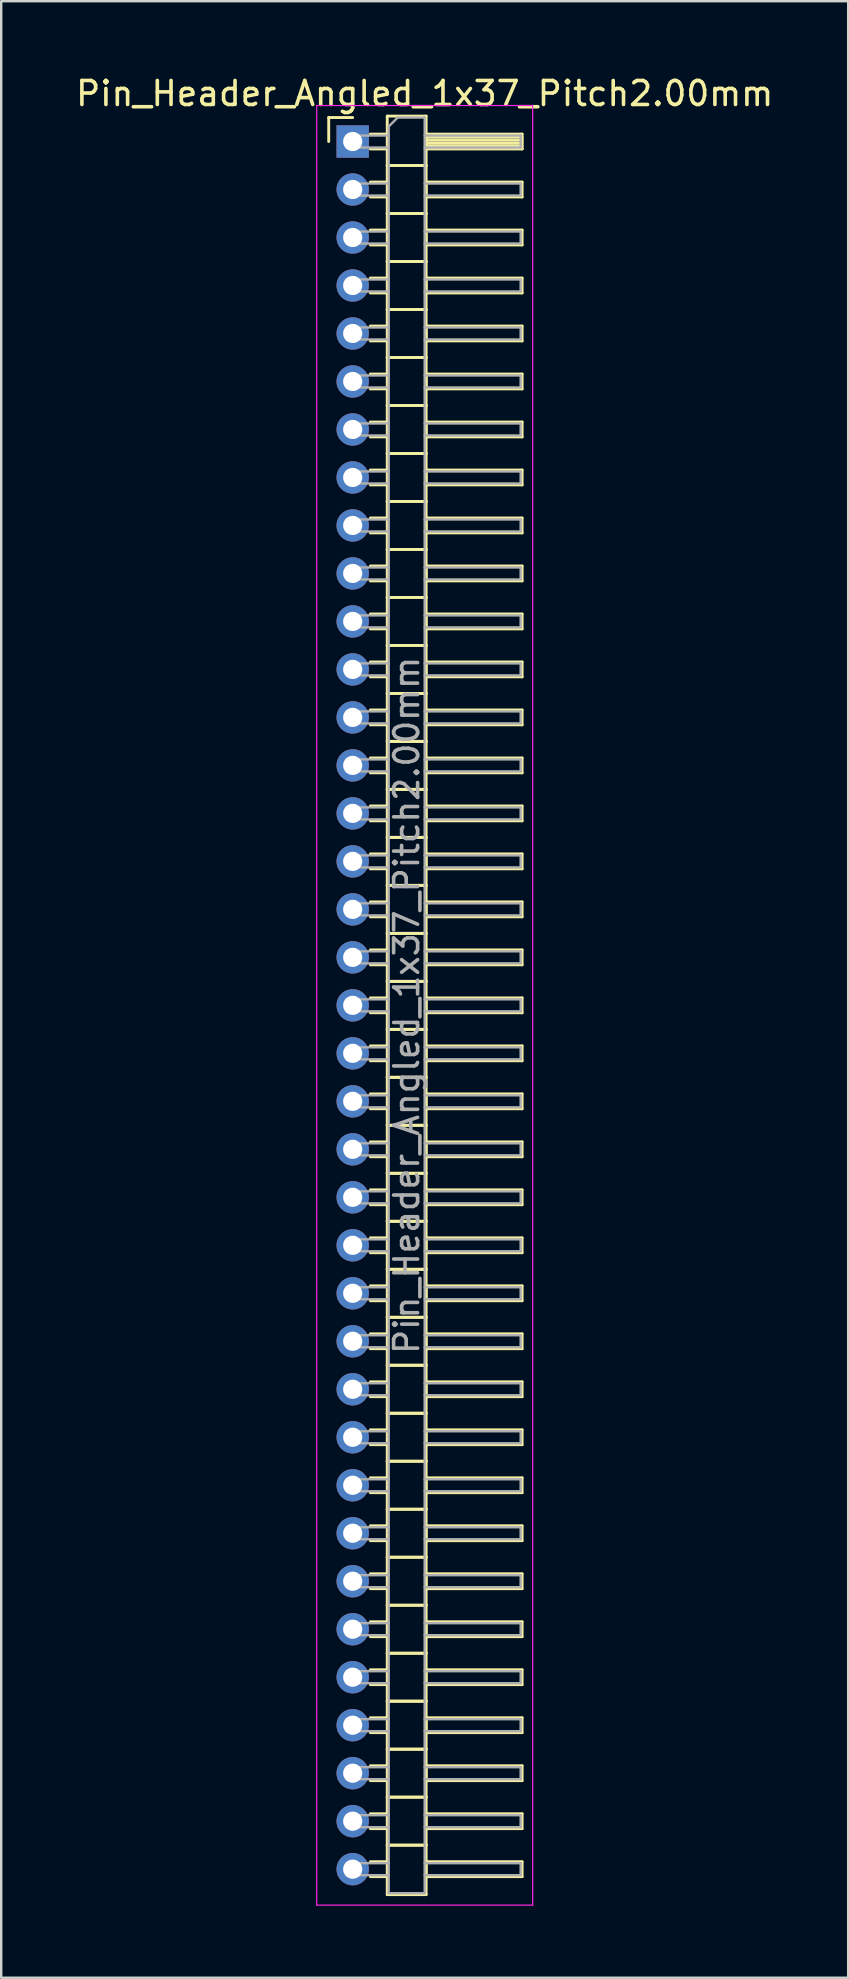
<source format=kicad_pcb>
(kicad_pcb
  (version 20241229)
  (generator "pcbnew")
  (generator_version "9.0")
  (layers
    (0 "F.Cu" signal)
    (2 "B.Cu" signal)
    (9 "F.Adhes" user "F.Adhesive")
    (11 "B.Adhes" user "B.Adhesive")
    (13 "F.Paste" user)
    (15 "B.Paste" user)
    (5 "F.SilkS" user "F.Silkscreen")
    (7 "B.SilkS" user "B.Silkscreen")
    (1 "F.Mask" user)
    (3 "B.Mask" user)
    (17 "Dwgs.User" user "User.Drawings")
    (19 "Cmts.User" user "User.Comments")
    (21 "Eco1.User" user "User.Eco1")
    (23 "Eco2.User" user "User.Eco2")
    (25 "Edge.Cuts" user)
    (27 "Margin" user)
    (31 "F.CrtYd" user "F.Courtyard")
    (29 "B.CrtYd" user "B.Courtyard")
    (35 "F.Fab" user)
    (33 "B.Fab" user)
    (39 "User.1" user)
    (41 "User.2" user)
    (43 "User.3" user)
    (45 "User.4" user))
  (footprint "Pin_Header_Angled_1x37_Pitch2.00mm"
    (layer "F.Cu")
    (at 11.649 2.848)
    (property "Reference" "Pin_Header_Angled_1x37_Pitch2.00mm" (at 3 -2 0) (layer "F.SilkS") (effects (font (size 1 1) (thickness 0.15))))
    (attr through_hole)
    (fp_line (start -1 -1) (end 0 -1) (stroke (width 0.12) (type solid)) (layer "F.SilkS"))
    (fp_line (start -1 0) (end -1 -1) (stroke (width 0.12) (type solid)) (layer "F.SilkS"))
    (fp_line (start 0.735 -0.31) (end 1.44 -0.31) (stroke (width 0.12) (type solid)) (layer "F.SilkS"))
    (fp_line (start 0.735 0.31) (end 1.44 0.31) (stroke (width 0.12) (type solid)) (layer "F.SilkS"))
    (fp_line (start 0.735 1.69) (end 1.44 1.69) (stroke (width 0.12) (type solid)) (layer "F.SilkS"))
    (fp_line (start 0.735 2.31) (end 1.44 2.31) (stroke (width 0.12) (type solid)) (layer "F.SilkS"))
    (fp_line (start 0.735 3.69) (end 1.44 3.69) (stroke (width 0.12) (type solid)) (layer "F.SilkS"))
    (fp_line (start 0.735 4.31) (end 1.44 4.31) (stroke (width 0.12) (type solid)) (layer "F.SilkS"))
    (fp_line (start 0.735 5.69) (end 1.44 5.69) (stroke (width 0.12) (type solid)) (layer "F.SilkS"))
    (fp_line (start 0.735 6.31) (end 1.44 6.31) (stroke (width 0.12) (type solid)) (layer "F.SilkS"))
    (fp_line (start 0.735 7.69) (end 1.44 7.69) (stroke (width 0.12) (type solid)) (layer "F.SilkS"))
    (fp_line (start 0.735 8.31) (end 1.44 8.31) (stroke (width 0.12) (type solid)) (layer "F.SilkS"))
    (fp_line (start 0.735 9.69) (end 1.44 9.69) (stroke (width 0.12) (type solid)) (layer "F.SilkS"))
    (fp_line (start 0.735 10.31) (end 1.44 10.31) (stroke (width 0.12) (type solid)) (layer "F.SilkS"))
    (fp_line (start 0.735 11.69) (end 1.44 11.69) (stroke (width 0.12) (type solid)) (layer "F.SilkS"))
    (fp_line (start 0.735 12.31) (end 1.44 12.31) (stroke (width 0.12) (type solid)) (layer "F.SilkS"))
    (fp_line (start 0.735 13.69) (end 1.44 13.69) (stroke (width 0.12) (type solid)) (layer "F.SilkS"))
    (fp_line (start 0.735 14.31) (end 1.44 14.31) (stroke (width 0.12) (type solid)) (layer "F.SilkS"))
    (fp_line (start 0.735 15.69) (end 1.44 15.69) (stroke (width 0.12) (type solid)) (layer "F.SilkS"))
    (fp_line (start 0.735 16.31) (end 1.44 16.31) (stroke (width 0.12) (type solid)) (layer "F.SilkS"))
    (fp_line (start 0.735 17.69) (end 1.44 17.69) (stroke (width 0.12) (type solid)) (layer "F.SilkS"))
    (fp_line (start 0.735 18.31) (end 1.44 18.31) (stroke (width 0.12) (type solid)) (layer "F.SilkS"))
    (fp_line (start 0.735 19.69) (end 1.44 19.69) (stroke (width 0.12) (type solid)) (layer "F.SilkS"))
    (fp_line (start 0.735 20.31) (end 1.44 20.31) (stroke (width 0.12) (type solid)) (layer "F.SilkS"))
    (fp_line (start 0.735 21.69) (end 1.44 21.69) (stroke (width 0.12) (type solid)) (layer "F.SilkS"))
    (fp_line (start 0.735 22.31) (end 1.44 22.31) (stroke (width 0.12) (type solid)) (layer "F.SilkS"))
    (fp_line (start 0.735 23.69) (end 1.44 23.69) (stroke (width 0.12) (type solid)) (layer "F.SilkS"))
    (fp_line (start 0.735 24.31) (end 1.44 24.31) (stroke (width 0.12) (type solid)) (layer "F.SilkS"))
    (fp_line (start 0.735 25.69) (end 1.44 25.69) (stroke (width 0.12) (type solid)) (layer "F.SilkS"))
    (fp_line (start 0.735 26.31) (end 1.44 26.31) (stroke (width 0.12) (type solid)) (layer "F.SilkS"))
    (fp_line (start 0.735 27.69) (end 1.44 27.69) (stroke (width 0.12) (type solid)) (layer "F.SilkS"))
    (fp_line (start 0.735 28.31) (end 1.44 28.31) (stroke (width 0.12) (type solid)) (layer "F.SilkS"))
    (fp_line (start 0.735 29.69) (end 1.44 29.69) (stroke (width 0.12) (type solid)) (layer "F.SilkS"))
    (fp_line (start 0.735 30.31) (end 1.44 30.31) (stroke (width 0.12) (type solid)) (layer "F.SilkS"))
    (fp_line (start 0.735 31.69) (end 1.44 31.69) (stroke (width 0.12) (type solid)) (layer "F.SilkS"))
    (fp_line (start 0.735 32.31) (end 1.44 32.31) (stroke (width 0.12) (type solid)) (layer "F.SilkS"))
    (fp_line (start 0.735 33.69) (end 1.44 33.69) (stroke (width 0.12) (type solid)) (layer "F.SilkS"))
    (fp_line (start 0.735 34.31) (end 1.44 34.31) (stroke (width 0.12) (type solid)) (layer "F.SilkS"))
    (fp_line (start 0.735 35.69) (end 1.44 35.69) (stroke (width 0.12) (type solid)) (layer "F.SilkS"))
    (fp_line (start 0.735 36.31) (end 1.44 36.31) (stroke (width 0.12) (type solid)) (layer "F.SilkS"))
    (fp_line (start 0.735 37.69) (end 1.44 37.69) (stroke (width 0.12) (type solid)) (layer "F.SilkS"))
    (fp_line (start 0.735 38.31) (end 1.44 38.31) (stroke (width 0.12) (type solid)) (layer "F.SilkS"))
    (fp_line (start 0.735 39.69) (end 1.44 39.69) (stroke (width 0.12) (type solid)) (layer "F.SilkS"))
    (fp_line (start 0.735 40.31) (end 1.44 40.31) (stroke (width 0.12) (type solid)) (layer "F.SilkS"))
    (fp_line (start 0.735 41.69) (end 1.44 41.69) (stroke (width 0.12) (type solid)) (layer "F.SilkS"))
    (fp_line (start 0.735 42.31) (end 1.44 42.31) (stroke (width 0.12) (type solid)) (layer "F.SilkS"))
    (fp_line (start 0.735 43.69) (end 1.44 43.69) (stroke (width 0.12) (type solid)) (layer "F.SilkS"))
    (fp_line (start 0.735 44.31) (end 1.44 44.31) (stroke (width 0.12) (type solid)) (layer "F.SilkS"))
    (fp_line (start 0.735 45.69) (end 1.44 45.69) (stroke (width 0.12) (type solid)) (layer "F.SilkS"))
    (fp_line (start 0.735 46.31) (end 1.44 46.31) (stroke (width 0.12) (type solid)) (layer "F.SilkS"))
    (fp_line (start 0.735 47.69) (end 1.44 47.69) (stroke (width 0.12) (type solid)) (layer "F.SilkS"))
    (fp_line (start 0.735 48.31) (end 1.44 48.31) (stroke (width 0.12) (type solid)) (layer "F.SilkS"))
    (fp_line (start 0.735 49.69) (end 1.44 49.69) (stroke (width 0.12) (type solid)) (layer "F.SilkS"))
    (fp_line (start 0.735 50.31) (end 1.44 50.31) (stroke (width 0.12) (type solid)) (layer "F.SilkS"))
    (fp_line (start 0.735 51.69) (end 1.44 51.69) (stroke (width 0.12) (type solid)) (layer "F.SilkS"))
    (fp_line (start 0.735 52.31) (end 1.44 52.31) (stroke (width 0.12) (type solid)) (layer "F.SilkS"))
    (fp_line (start 0.735 53.69) (end 1.44 53.69) (stroke (width 0.12) (type solid)) (layer "F.SilkS"))
    (fp_line (start 0.735 54.31) (end 1.44 54.31) (stroke (width 0.12) (type solid)) (layer "F.SilkS"))
    (fp_line (start 0.735 55.69) (end 1.44 55.69) (stroke (width 0.12) (type solid)) (layer "F.SilkS"))
    (fp_line (start 0.735 56.31) (end 1.44 56.31) (stroke (width 0.12) (type solid)) (layer "F.SilkS"))
    (fp_line (start 0.735 57.69) (end 1.44 57.69) (stroke (width 0.12) (type solid)) (layer "F.SilkS"))
    (fp_line (start 0.735 58.31) (end 1.44 58.31) (stroke (width 0.12) (type solid)) (layer "F.SilkS"))
    (fp_line (start 0.735 59.69) (end 1.44 59.69) (stroke (width 0.12) (type solid)) (layer "F.SilkS"))
    (fp_line (start 0.735 60.31) (end 1.44 60.31) (stroke (width 0.12) (type solid)) (layer "F.SilkS"))
    (fp_line (start 0.735 61.69) (end 1.44 61.69) (stroke (width 0.12) (type solid)) (layer "F.SilkS"))
    (fp_line (start 0.735 62.31) (end 1.44 62.31) (stroke (width 0.12) (type solid)) (layer "F.SilkS"))
    (fp_line (start 0.735 63.69) (end 1.44 63.69) (stroke (width 0.12) (type solid)) (layer "F.SilkS"))
    (fp_line (start 0.735 64.31) (end 1.44 64.31) (stroke (width 0.12) (type solid)) (layer "F.SilkS"))
    (fp_line (start 0.735 65.69) (end 1.44 65.69) (stroke (width 0.12) (type solid)) (layer "F.SilkS"))
    (fp_line (start 0.735 66.31) (end 1.44 66.31) (stroke (width 0.12) (type solid)) (layer "F.SilkS"))
    (fp_line (start 0.735 67.69) (end 1.44 67.69) (stroke (width 0.12) (type solid)) (layer "F.SilkS"))
    (fp_line (start 0.735 68.31) (end 1.44 68.31) (stroke (width 0.12) (type solid)) (layer "F.SilkS"))
    (fp_line (start 0.735 69.69) (end 1.44 69.69) (stroke (width 0.12) (type solid)) (layer "F.SilkS"))
    (fp_line (start 0.735 70.31) (end 1.44 70.31) (stroke (width 0.12) (type solid)) (layer "F.SilkS"))
    (fp_line (start 0.735 71.69) (end 1.44 71.69) (stroke (width 0.12) (type solid)) (layer "F.SilkS"))
    (fp_line (start 0.735 72.31) (end 1.44 72.31) (stroke (width 0.12) (type solid)) (layer "F.SilkS"))
    (fp_line (start 1.44 -1.06) (end 1.44 1) (stroke (width 0.12) (type solid)) (layer "F.SilkS"))
    (fp_line (start 1.44 1) (end 1.44 3) (stroke (width 0.12) (type solid)) (layer "F.SilkS"))
    (fp_line (start 1.44 1) (end 3.06 1) (stroke (width 0.12) (type solid)) (layer "F.SilkS"))
    (fp_line (start 1.44 3) (end 1.44 5) (stroke (width 0.12) (type solid)) (layer "F.SilkS"))
    (fp_line (start 1.44 3) (end 3.06 3) (stroke (width 0.12) (type solid)) (layer "F.SilkS"))
    (fp_line (start 1.44 5) (end 1.44 7) (stroke (width 0.12) (type solid)) (layer "F.SilkS"))
    (fp_line (start 1.44 5) (end 3.06 5) (stroke (width 0.12) (type solid)) (layer "F.SilkS"))
    (fp_line (start 1.44 7) (end 1.44 9) (stroke (width 0.12) (type solid)) (layer "F.SilkS"))
    (fp_line (start 1.44 7) (end 3.06 7) (stroke (width 0.12) (type solid)) (layer "F.SilkS"))
    (fp_line (start 1.44 9) (end 1.44 11) (stroke (width 0.12) (type solid)) (layer "F.SilkS"))
    (fp_line (start 1.44 9) (end 3.06 9) (stroke (width 0.12) (type solid)) (layer "F.SilkS"))
    (fp_line (start 1.44 11) (end 1.44 13) (stroke (width 0.12) (type solid)) (layer "F.SilkS"))
    (fp_line (start 1.44 11) (end 3.06 11) (stroke (width 0.12) (type solid)) (layer "F.SilkS"))
    (fp_line (start 1.44 13) (end 1.44 15) (stroke (width 0.12) (type solid)) (layer "F.SilkS"))
    (fp_line (start 1.44 13) (end 3.06 13) (stroke (width 0.12) (type solid)) (layer "F.SilkS"))
    (fp_line (start 1.44 15) (end 1.44 17) (stroke (width 0.12) (type solid)) (layer "F.SilkS"))
    (fp_line (start 1.44 15) (end 3.06 15) (stroke (width 0.12) (type solid)) (layer "F.SilkS"))
    (fp_line (start 1.44 17) (end 1.44 19) (stroke (width 0.12) (type solid)) (layer "F.SilkS"))
    (fp_line (start 1.44 17) (end 3.06 17) (stroke (width 0.12) (type solid)) (layer "F.SilkS"))
    (fp_line (start 1.44 19) (end 1.44 21) (stroke (width 0.12) (type solid)) (layer "F.SilkS"))
    (fp_line (start 1.44 19) (end 3.06 19) (stroke (width 0.12) (type solid)) (layer "F.SilkS"))
    (fp_line (start 1.44 21) (end 1.44 23) (stroke (width 0.12) (type solid)) (layer "F.SilkS"))
    (fp_line (start 1.44 21) (end 3.06 21) (stroke (width 0.12) (type solid)) (layer "F.SilkS"))
    (fp_line (start 1.44 23) (end 1.44 25) (stroke (width 0.12) (type solid)) (layer "F.SilkS"))
    (fp_line (start 1.44 23) (end 3.06 23) (stroke (width 0.12) (type solid)) (layer "F.SilkS"))
    (fp_line (start 1.44 25) (end 1.44 27) (stroke (width 0.12) (type solid)) (layer "F.SilkS"))
    (fp_line (start 1.44 25) (end 3.06 25) (stroke (width 0.12) (type solid)) (layer "F.SilkS"))
    (fp_line (start 1.44 27) (end 1.44 29) (stroke (width 0.12) (type solid)) (layer "F.SilkS"))
    (fp_line (start 1.44 27) (end 3.06 27) (stroke (width 0.12) (type solid)) (layer "F.SilkS"))
    (fp_line (start 1.44 29) (end 1.44 31) (stroke (width 0.12) (type solid)) (layer "F.SilkS"))
    (fp_line (start 1.44 29) (end 3.06 29) (stroke (width 0.12) (type solid)) (layer "F.SilkS"))
    (fp_line (start 1.44 31) (end 1.44 33) (stroke (width 0.12) (type solid)) (layer "F.SilkS"))
    (fp_line (start 1.44 31) (end 3.06 31) (stroke (width 0.12) (type solid)) (layer "F.SilkS"))
    (fp_line (start 1.44 33) (end 1.44 35) (stroke (width 0.12) (type solid)) (layer "F.SilkS"))
    (fp_line (start 1.44 33) (end 3.06 33) (stroke (width 0.12) (type solid)) (layer "F.SilkS"))
    (fp_line (start 1.44 35) (end 1.44 37) (stroke (width 0.12) (type solid)) (layer "F.SilkS"))
    (fp_line (start 1.44 35) (end 3.06 35) (stroke (width 0.12) (type solid)) (layer "F.SilkS"))
    (fp_line (start 1.44 37) (end 1.44 39) (stroke (width 0.12) (type solid)) (layer "F.SilkS"))
    (fp_line (start 1.44 37) (end 3.06 37) (stroke (width 0.12) (type solid)) (layer "F.SilkS"))
    (fp_line (start 1.44 39) (end 1.44 41) (stroke (width 0.12) (type solid)) (layer "F.SilkS"))
    (fp_line (start 1.44 39) (end 3.06 39) (stroke (width 0.12) (type solid)) (layer "F.SilkS"))
    (fp_line (start 1.44 41) (end 1.44 43) (stroke (width 0.12) (type solid)) (layer "F.SilkS"))
    (fp_line (start 1.44 41) (end 3.06 41) (stroke (width 0.12) (type solid)) (layer "F.SilkS"))
    (fp_line (start 1.44 43) (end 1.44 45) (stroke (width 0.12) (type solid)) (layer "F.SilkS"))
    (fp_line (start 1.44 43) (end 3.06 43) (stroke (width 0.12) (type solid)) (layer "F.SilkS"))
    (fp_line (start 1.44 45) (end 1.44 47) (stroke (width 0.12) (type solid)) (layer "F.SilkS"))
    (fp_line (start 1.44 45) (end 3.06 45) (stroke (width 0.12) (type solid)) (layer "F.SilkS"))
    (fp_line (start 1.44 47) (end 1.44 49) (stroke (width 0.12) (type solid)) (layer "F.SilkS"))
    (fp_line (start 1.44 47) (end 3.06 47) (stroke (width 0.12) (type solid)) (layer "F.SilkS"))
    (fp_line (start 1.44 49) (end 1.44 51) (stroke (width 0.12) (type solid)) (layer "F.SilkS"))
    (fp_line (start 1.44 49) (end 3.06 49) (stroke (width 0.12) (type solid)) (layer "F.SilkS"))
    (fp_line (start 1.44 51) (end 1.44 53) (stroke (width 0.12) (type solid)) (layer "F.SilkS"))
    (fp_line (start 1.44 51) (end 3.06 51) (stroke (width 0.12) (type solid)) (layer "F.SilkS"))
    (fp_line (start 1.44 53) (end 1.44 55) (stroke (width 0.12) (type solid)) (layer "F.SilkS"))
    (fp_line (start 1.44 53) (end 3.06 53) (stroke (width 0.12) (type solid)) (layer "F.SilkS"))
    (fp_line (start 1.44 55) (end 1.44 57) (stroke (width 0.12) (type solid)) (layer "F.SilkS"))
    (fp_line (start 1.44 55) (end 3.06 55) (stroke (width 0.12) (type solid)) (layer "F.SilkS"))
    (fp_line (start 1.44 57) (end 1.44 59) (stroke (width 0.12) (type solid)) (layer "F.SilkS"))
    (fp_line (start 1.44 57) (end 3.06 57) (stroke (width 0.12) (type solid)) (layer "F.SilkS"))
    (fp_line (start 1.44 59) (end 1.44 61) (stroke (width 0.12) (type solid)) (layer "F.SilkS"))
    (fp_line (start 1.44 59) (end 3.06 59) (stroke (width 0.12) (type solid)) (layer "F.SilkS"))
    (fp_line (start 1.44 61) (end 1.44 63) (stroke (width 0.12) (type solid)) (layer "F.SilkS"))
    (fp_line (start 1.44 61) (end 3.06 61) (stroke (width 0.12) (type solid)) (layer "F.SilkS"))
    (fp_line (start 1.44 63) (end 1.44 65) (stroke (width 0.12) (type solid)) (layer "F.SilkS"))
    (fp_line (start 1.44 63) (end 3.06 63) (stroke (width 0.12) (type solid)) (layer "F.SilkS"))
    (fp_line (start 1.44 65) (end 1.44 67) (stroke (width 0.12) (type solid)) (layer "F.SilkS"))
    (fp_line (start 1.44 65) (end 3.06 65) (stroke (width 0.12) (type solid)) (layer "F.SilkS"))
    (fp_line (start 1.44 67) (end 1.44 69) (stroke (width 0.12) (type solid)) (layer "F.SilkS"))
    (fp_line (start 1.44 67) (end 3.06 67) (stroke (width 0.12) (type solid)) (layer "F.SilkS"))
    (fp_line (start 1.44 69) (end 1.44 71) (stroke (width 0.12) (type solid)) (layer "F.SilkS"))
    (fp_line (start 1.44 69) (end 3.06 69) (stroke (width 0.12) (type solid)) (layer "F.SilkS"))
    (fp_line (start 1.44 71) (end 1.44 73.06) (stroke (width 0.12) (type solid)) (layer "F.SilkS"))
    (fp_line (start 1.44 71) (end 3.06 71) (stroke (width 0.12) (type solid)) (layer "F.SilkS"))
    (fp_line (start 1.44 73.06) (end 3.06 73.06) (stroke (width 0.12) (type solid)) (layer "F.SilkS"))
    (fp_line (start 3.06 -1.06) (end 1.44 -1.06) (stroke (width 0.12) (type solid)) (layer "F.SilkS"))
    (fp_line (start 3.06 -0.31) (end 3.06 0.31) (stroke (width 0.12) (type solid)) (layer "F.SilkS"))
    (fp_line (start 3.06 -0.19) (end 7.06 -0.19) (stroke (width 0.12) (type solid)) (layer "F.SilkS"))
    (fp_line (start 3.06 -0.07) (end 7.06 -0.07) (stroke (width 0.12) (type solid)) (layer "F.SilkS"))
    (fp_line (start 3.06 0.05) (end 7.06 0.05) (stroke (width 0.12) (type solid)) (layer "F.SilkS"))
    (fp_line (start 3.06 0.17) (end 7.06 0.17) (stroke (width 0.12) (type solid)) (layer "F.SilkS"))
    (fp_line (start 3.06 0.29) (end 7.06 0.29) (stroke (width 0.12) (type solid)) (layer "F.SilkS"))
    (fp_line (start 3.06 0.31) (end 7.06 0.31) (stroke (width 0.12) (type solid)) (layer "F.SilkS"))
    (fp_line (start 3.06 1) (end 1.44 1) (stroke (width 0.12) (type solid)) (layer "F.SilkS"))
    (fp_line (start 3.06 1) (end 3.06 -1.06) (stroke (width 0.12) (type solid)) (layer "F.SilkS"))
    (fp_line (start 3.06 1.69) (end 3.06 2.31) (stroke (width 0.12) (type solid)) (layer "F.SilkS"))
    (fp_line (start 3.06 2.31) (end 7.06 2.31) (stroke (width 0.12) (type solid)) (layer "F.SilkS"))
    (fp_line (start 3.06 3) (end 1.44 3) (stroke (width 0.12) (type solid)) (layer "F.SilkS"))
    (fp_line (start 3.06 3) (end 3.06 1) (stroke (width 0.12) (type solid)) (layer "F.SilkS"))
    (fp_line (start 3.06 3.69) (end 3.06 4.31) (stroke (width 0.12) (type solid)) (layer "F.SilkS"))
    (fp_line (start 3.06 4.31) (end 7.06 4.31) (stroke (width 0.12) (type solid)) (layer "F.SilkS"))
    (fp_line (start 3.06 5) (end 1.44 5) (stroke (width 0.12) (type solid)) (layer "F.SilkS"))
    (fp_line (start 3.06 5) (end 3.06 3) (stroke (width 0.12) (type solid)) (layer "F.SilkS"))
    (fp_line (start 3.06 5.69) (end 3.06 6.31) (stroke (width 0.12) (type solid)) (layer "F.SilkS"))
    (fp_line (start 3.06 6.31) (end 7.06 6.31) (stroke (width 0.12) (type solid)) (layer "F.SilkS"))
    (fp_line (start 3.06 7) (end 1.44 7) (stroke (width 0.12) (type solid)) (layer "F.SilkS"))
    (fp_line (start 3.06 7) (end 3.06 5) (stroke (width 0.12) (type solid)) (layer "F.SilkS"))
    (fp_line (start 3.06 7.69) (end 3.06 8.31) (stroke (width 0.12) (type solid)) (layer "F.SilkS"))
    (fp_line (start 3.06 8.31) (end 7.06 8.31) (stroke (width 0.12) (type solid)) (layer "F.SilkS"))
    (fp_line (start 3.06 9) (end 1.44 9) (stroke (width 0.12) (type solid)) (layer "F.SilkS"))
    (fp_line (start 3.06 9) (end 3.06 7) (stroke (width 0.12) (type solid)) (layer "F.SilkS"))
    (fp_line (start 3.06 9.69) (end 3.06 10.31) (stroke (width 0.12) (type solid)) (layer "F.SilkS"))
    (fp_line (start 3.06 10.31) (end 7.06 10.31) (stroke (width 0.12) (type solid)) (layer "F.SilkS"))
    (fp_line (start 3.06 11) (end 1.44 11) (stroke (width 0.12) (type solid)) (layer "F.SilkS"))
    (fp_line (start 3.06 11) (end 3.06 9) (stroke (width 0.12) (type solid)) (layer "F.SilkS"))
    (fp_line (start 3.06 11.69) (end 3.06 12.31) (stroke (width 0.12) (type solid)) (layer "F.SilkS"))
    (fp_line (start 3.06 12.31) (end 7.06 12.31) (stroke (width 0.12) (type solid)) (layer "F.SilkS"))
    (fp_line (start 3.06 13) (end 1.44 13) (stroke (width 0.12) (type solid)) (layer "F.SilkS"))
    (fp_line (start 3.06 13) (end 3.06 11) (stroke (width 0.12) (type solid)) (layer "F.SilkS"))
    (fp_line (start 3.06 13.69) (end 3.06 14.31) (stroke (width 0.12) (type solid)) (layer "F.SilkS"))
    (fp_line (start 3.06 14.31) (end 7.06 14.31) (stroke (width 0.12) (type solid)) (layer "F.SilkS"))
    (fp_line (start 3.06 15) (end 1.44 15) (stroke (width 0.12) (type solid)) (layer "F.SilkS"))
    (fp_line (start 3.06 15) (end 3.06 13) (stroke (width 0.12) (type solid)) (layer "F.SilkS"))
    (fp_line (start 3.06 15.69) (end 3.06 16.31) (stroke (width 0.12) (type solid)) (layer "F.SilkS"))
    (fp_line (start 3.06 16.31) (end 7.06 16.31) (stroke (width 0.12) (type solid)) (layer "F.SilkS"))
    (fp_line (start 3.06 17) (end 1.44 17) (stroke (width 0.12) (type solid)) (layer "F.SilkS"))
    (fp_line (start 3.06 17) (end 3.06 15) (stroke (width 0.12) (type solid)) (layer "F.SilkS"))
    (fp_line (start 3.06 17.69) (end 3.06 18.31) (stroke (width 0.12) (type solid)) (layer "F.SilkS"))
    (fp_line (start 3.06 18.31) (end 7.06 18.31) (stroke (width 0.12) (type solid)) (layer "F.SilkS"))
    (fp_line (start 3.06 19) (end 1.44 19) (stroke (width 0.12) (type solid)) (layer "F.SilkS"))
    (fp_line (start 3.06 19) (end 3.06 17) (stroke (width 0.12) (type solid)) (layer "F.SilkS"))
    (fp_line (start 3.06 19.69) (end 3.06 20.31) (stroke (width 0.12) (type solid)) (layer "F.SilkS"))
    (fp_line (start 3.06 20.31) (end 7.06 20.31) (stroke (width 0.12) (type solid)) (layer "F.SilkS"))
    (fp_line (start 3.06 21) (end 1.44 21) (stroke (width 0.12) (type solid)) (layer "F.SilkS"))
    (fp_line (start 3.06 21) (end 3.06 19) (stroke (width 0.12) (type solid)) (layer "F.SilkS"))
    (fp_line (start 3.06 21.69) (end 3.06 22.31) (stroke (width 0.12) (type solid)) (layer "F.SilkS"))
    (fp_line (start 3.06 22.31) (end 7.06 22.31) (stroke (width 0.12) (type solid)) (layer "F.SilkS"))
    (fp_line (start 3.06 23) (end 1.44 23) (stroke (width 0.12) (type solid)) (layer "F.SilkS"))
    (fp_line (start 3.06 23) (end 3.06 21) (stroke (width 0.12) (type solid)) (layer "F.SilkS"))
    (fp_line (start 3.06 23.69) (end 3.06 24.31) (stroke (width 0.12) (type solid)) (layer "F.SilkS"))
    (fp_line (start 3.06 24.31) (end 7.06 24.31) (stroke (width 0.12) (type solid)) (layer "F.SilkS"))
    (fp_line (start 3.06 25) (end 1.44 25) (stroke (width 0.12) (type solid)) (layer "F.SilkS"))
    (fp_line (start 3.06 25) (end 3.06 23) (stroke (width 0.12) (type solid)) (layer "F.SilkS"))
    (fp_line (start 3.06 25.69) (end 3.06 26.31) (stroke (width 0.12) (type solid)) (layer "F.SilkS"))
    (fp_line (start 3.06 26.31) (end 7.06 26.31) (stroke (width 0.12) (type solid)) (layer "F.SilkS"))
    (fp_line (start 3.06 27) (end 1.44 27) (stroke (width 0.12) (type solid)) (layer "F.SilkS"))
    (fp_line (start 3.06 27) (end 3.06 25) (stroke (width 0.12) (type solid)) (layer "F.SilkS"))
    (fp_line (start 3.06 27.69) (end 3.06 28.31) (stroke (width 0.12) (type solid)) (layer "F.SilkS"))
    (fp_line (start 3.06 28.31) (end 7.06 28.31) (stroke (width 0.12) (type solid)) (layer "F.SilkS"))
    (fp_line (start 3.06 29) (end 1.44 29) (stroke (width 0.12) (type solid)) (layer "F.SilkS"))
    (fp_line (start 3.06 29) (end 3.06 27) (stroke (width 0.12) (type solid)) (layer "F.SilkS"))
    (fp_line (start 3.06 29.69) (end 3.06 30.31) (stroke (width 0.12) (type solid)) (layer "F.SilkS"))
    (fp_line (start 3.06 30.31) (end 7.06 30.31) (stroke (width 0.12) (type solid)) (layer "F.SilkS"))
    (fp_line (start 3.06 31) (end 1.44 31) (stroke (width 0.12) (type solid)) (layer "F.SilkS"))
    (fp_line (start 3.06 31) (end 3.06 29) (stroke (width 0.12) (type solid)) (layer "F.SilkS"))
    (fp_line (start 3.06 31.69) (end 3.06 32.31) (stroke (width 0.12) (type solid)) (layer "F.SilkS"))
    (fp_line (start 3.06 32.31) (end 7.06 32.31) (stroke (width 0.12) (type solid)) (layer "F.SilkS"))
    (fp_line (start 3.06 33) (end 1.44 33) (stroke (width 0.12) (type solid)) (layer "F.SilkS"))
    (fp_line (start 3.06 33) (end 3.06 31) (stroke (width 0.12) (type solid)) (layer "F.SilkS"))
    (fp_line (start 3.06 33.69) (end 3.06 34.31) (stroke (width 0.12) (type solid)) (layer "F.SilkS"))
    (fp_line (start 3.06 34.31) (end 7.06 34.31) (stroke (width 0.12) (type solid)) (layer "F.SilkS"))
    (fp_line (start 3.06 35) (end 1.44 35) (stroke (width 0.12) (type solid)) (layer "F.SilkS"))
    (fp_line (start 3.06 35) (end 3.06 33) (stroke (width 0.12) (type solid)) (layer "F.SilkS"))
    (fp_line (start 3.06 35.69) (end 3.06 36.31) (stroke (width 0.12) (type solid)) (layer "F.SilkS"))
    (fp_line (start 3.06 36.31) (end 7.06 36.31) (stroke (width 0.12) (type solid)) (layer "F.SilkS"))
    (fp_line (start 3.06 37) (end 1.44 37) (stroke (width 0.12) (type solid)) (layer "F.SilkS"))
    (fp_line (start 3.06 37) (end 3.06 35) (stroke (width 0.12) (type solid)) (layer "F.SilkS"))
    (fp_line (start 3.06 37.69) (end 3.06 38.31) (stroke (width 0.12) (type solid)) (layer "F.SilkS"))
    (fp_line (start 3.06 38.31) (end 7.06 38.31) (stroke (width 0.12) (type solid)) (layer "F.SilkS"))
    (fp_line (start 3.06 39) (end 1.44 39) (stroke (width 0.12) (type solid)) (layer "F.SilkS"))
    (fp_line (start 3.06 39) (end 3.06 37) (stroke (width 0.12) (type solid)) (layer "F.SilkS"))
    (fp_line (start 3.06 39.69) (end 3.06 40.31) (stroke (width 0.12) (type solid)) (layer "F.SilkS"))
    (fp_line (start 3.06 40.31) (end 7.06 40.31) (stroke (width 0.12) (type solid)) (layer "F.SilkS"))
    (fp_line (start 3.06 41) (end 1.44 41) (stroke (width 0.12) (type solid)) (layer "F.SilkS"))
    (fp_line (start 3.06 41) (end 3.06 39) (stroke (width 0.12) (type solid)) (layer "F.SilkS"))
    (fp_line (start 3.06 41.69) (end 3.06 42.31) (stroke (width 0.12) (type solid)) (layer "F.SilkS"))
    (fp_line (start 3.06 42.31) (end 7.06 42.31) (stroke (width 0.12) (type solid)) (layer "F.SilkS"))
    (fp_line (start 3.06 43) (end 1.44 43) (stroke (width 0.12) (type solid)) (layer "F.SilkS"))
    (fp_line (start 3.06 43) (end 3.06 41) (stroke (width 0.12) (type solid)) (layer "F.SilkS"))
    (fp_line (start 3.06 43.69) (end 3.06 44.31) (stroke (width 0.12) (type solid)) (layer "F.SilkS"))
    (fp_line (start 3.06 44.31) (end 7.06 44.31) (stroke (width 0.12) (type solid)) (layer "F.SilkS"))
    (fp_line (start 3.06 45) (end 1.44 45) (stroke (width 0.12) (type solid)) (layer "F.SilkS"))
    (fp_line (start 3.06 45) (end 3.06 43) (stroke (width 0.12) (type solid)) (layer "F.SilkS"))
    (fp_line (start 3.06 45.69) (end 3.06 46.31) (stroke (width 0.12) (type solid)) (layer "F.SilkS"))
    (fp_line (start 3.06 46.31) (end 7.06 46.31) (stroke (width 0.12) (type solid)) (layer "F.SilkS"))
    (fp_line (start 3.06 47) (end 1.44 47) (stroke (width 0.12) (type solid)) (layer "F.SilkS"))
    (fp_line (start 3.06 47) (end 3.06 45) (stroke (width 0.12) (type solid)) (layer "F.SilkS"))
    (fp_line (start 3.06 47.69) (end 3.06 48.31) (stroke (width 0.12) (type solid)) (layer "F.SilkS"))
    (fp_line (start 3.06 48.31) (end 7.06 48.31) (stroke (width 0.12) (type solid)) (layer "F.SilkS"))
    (fp_line (start 3.06 49) (end 1.44 49) (stroke (width 0.12) (type solid)) (layer "F.SilkS"))
    (fp_line (start 3.06 49) (end 3.06 47) (stroke (width 0.12) (type solid)) (layer "F.SilkS"))
    (fp_line (start 3.06 49.69) (end 3.06 50.31) (stroke (width 0.12) (type solid)) (layer "F.SilkS"))
    (fp_line (start 3.06 50.31) (end 7.06 50.31) (stroke (width 0.12) (type solid)) (layer "F.SilkS"))
    (fp_line (start 3.06 51) (end 1.44 51) (stroke (width 0.12) (type solid)) (layer "F.SilkS"))
    (fp_line (start 3.06 51) (end 3.06 49) (stroke (width 0.12) (type solid)) (layer "F.SilkS"))
    (fp_line (start 3.06 51.69) (end 3.06 52.31) (stroke (width 0.12) (type solid)) (layer "F.SilkS"))
    (fp_line (start 3.06 52.31) (end 7.06 52.31) (stroke (width 0.12) (type solid)) (layer "F.SilkS"))
    (fp_line (start 3.06 53) (end 1.44 53) (stroke (width 0.12) (type solid)) (layer "F.SilkS"))
    (fp_line (start 3.06 53) (end 3.06 51) (stroke (width 0.12) (type solid)) (layer "F.SilkS"))
    (fp_line (start 3.06 53.69) (end 3.06 54.31) (stroke (width 0.12) (type solid)) (layer "F.SilkS"))
    (fp_line (start 3.06 54.31) (end 7.06 54.31) (stroke (width 0.12) (type solid)) (layer "F.SilkS"))
    (fp_line (start 3.06 55) (end 1.44 55) (stroke (width 0.12) (type solid)) (layer "F.SilkS"))
    (fp_line (start 3.06 55) (end 3.06 53) (stroke (width 0.12) (type solid)) (layer "F.SilkS"))
    (fp_line (start 3.06 55.69) (end 3.06 56.31) (stroke (width 0.12) (type solid)) (layer "F.SilkS"))
    (fp_line (start 3.06 56.31) (end 7.06 56.31) (stroke (width 0.12) (type solid)) (layer "F.SilkS"))
    (fp_line (start 3.06 57) (end 1.44 57) (stroke (width 0.12) (type solid)) (layer "F.SilkS"))
    (fp_line (start 3.06 57) (end 3.06 55) (stroke (width 0.12) (type solid)) (layer "F.SilkS"))
    (fp_line (start 3.06 57.69) (end 3.06 58.31) (stroke (width 0.12) (type solid)) (layer "F.SilkS"))
    (fp_line (start 3.06 58.31) (end 7.06 58.31) (stroke (width 0.12) (type solid)) (layer "F.SilkS"))
    (fp_line (start 3.06 59) (end 1.44 59) (stroke (width 0.12) (type solid)) (layer "F.SilkS"))
    (fp_line (start 3.06 59) (end 3.06 57) (stroke (width 0.12) (type solid)) (layer "F.SilkS"))
    (fp_line (start 3.06 59.69) (end 3.06 60.31) (stroke (width 0.12) (type solid)) (layer "F.SilkS"))
    (fp_line (start 3.06 60.31) (end 7.06 60.31) (stroke (width 0.12) (type solid)) (layer "F.SilkS"))
    (fp_line (start 3.06 61) (end 1.44 61) (stroke (width 0.12) (type solid)) (layer "F.SilkS"))
    (fp_line (start 3.06 61) (end 3.06 59) (stroke (width 0.12) (type solid)) (layer "F.SilkS"))
    (fp_line (start 3.06 61.69) (end 3.06 62.31) (stroke (width 0.12) (type solid)) (layer "F.SilkS"))
    (fp_line (start 3.06 62.31) (end 7.06 62.31) (stroke (width 0.12) (type solid)) (layer "F.SilkS"))
    (fp_line (start 3.06 63) (end 1.44 63) (stroke (width 0.12) (type solid)) (layer "F.SilkS"))
    (fp_line (start 3.06 63) (end 3.06 61) (stroke (width 0.12) (type solid)) (layer "F.SilkS"))
    (fp_line (start 3.06 63.69) (end 3.06 64.31) (stroke (width 0.12) (type solid)) (layer "F.SilkS"))
    (fp_line (start 3.06 64.31) (end 7.06 64.31) (stroke (width 0.12) (type solid)) (layer "F.SilkS"))
    (fp_line (start 3.06 65) (end 1.44 65) (stroke (width 0.12) (type solid)) (layer "F.SilkS"))
    (fp_line (start 3.06 65) (end 3.06 63) (stroke (width 0.12) (type solid)) (layer "F.SilkS"))
    (fp_line (start 3.06 65.69) (end 3.06 66.31) (stroke (width 0.12) (type solid)) (layer "F.SilkS"))
    (fp_line (start 3.06 66.31) (end 7.06 66.31) (stroke (width 0.12) (type solid)) (layer "F.SilkS"))
    (fp_line (start 3.06 67) (end 1.44 67) (stroke (width 0.12) (type solid)) (layer "F.SilkS"))
    (fp_line (start 3.06 67) (end 3.06 65) (stroke (width 0.12) (type solid)) (layer "F.SilkS"))
    (fp_line (start 3.06 67.69) (end 3.06 68.31) (stroke (width 0.12) (type solid)) (layer "F.SilkS"))
    (fp_line (start 3.06 68.31) (end 7.06 68.31) (stroke (width 0.12) (type solid)) (layer "F.SilkS"))
    (fp_line (start 3.06 69) (end 1.44 69) (stroke (width 0.12) (type solid)) (layer "F.SilkS"))
    (fp_line (start 3.06 69) (end 3.06 67) (stroke (width 0.12) (type solid)) (layer "F.SilkS"))
    (fp_line (start 3.06 69.69) (end 3.06 70.31) (stroke (width 0.12) (type solid)) (layer "F.SilkS"))
    (fp_line (start 3.06 70.31) (end 7.06 70.31) (stroke (width 0.12) (type solid)) (layer "F.SilkS"))
    (fp_line (start 3.06 71) (end 1.44 71) (stroke (width 0.12) (type solid)) (layer "F.SilkS"))
    (fp_line (start 3.06 71) (end 3.06 69) (stroke (width 0.12) (type solid)) (layer "F.SilkS"))
    (fp_line (start 3.06 71.69) (end 3.06 72.31) (stroke (width 0.12) (type solid)) (layer "F.SilkS"))
    (fp_line (start 3.06 72.31) (end 7.06 72.31) (stroke (width 0.12) (type solid)) (layer "F.SilkS"))
    (fp_line (start 3.06 73.06) (end 3.06 71) (stroke (width 0.12) (type solid)) (layer "F.SilkS"))
    (fp_line (start 7.06 -0.31) (end 3.06 -0.31) (stroke (width 0.12) (type solid)) (layer "F.SilkS"))
    (fp_line (start 7.06 0.31) (end 7.06 -0.31) (stroke (width 0.12) (type solid)) (layer "F.SilkS"))
    (fp_line (start 7.06 1.69) (end 3.06 1.69) (stroke (width 0.12) (type solid)) (layer "F.SilkS"))
    (fp_line (start 7.06 2.31) (end 7.06 1.69) (stroke (width 0.12) (type solid)) (layer "F.SilkS"))
    (fp_line (start 7.06 3.69) (end 3.06 3.69) (stroke (width 0.12) (type solid)) (layer "F.SilkS"))
    (fp_line (start 7.06 4.31) (end 7.06 3.69) (stroke (width 0.12) (type solid)) (layer "F.SilkS"))
    (fp_line (start 7.06 5.69) (end 3.06 5.69) (stroke (width 0.12) (type solid)) (layer "F.SilkS"))
    (fp_line (start 7.06 6.31) (end 7.06 5.69) (stroke (width 0.12) (type solid)) (layer "F.SilkS"))
    (fp_line (start 7.06 7.69) (end 3.06 7.69) (stroke (width 0.12) (type solid)) (layer "F.SilkS"))
    (fp_line (start 7.06 8.31) (end 7.06 7.69) (stroke (width 0.12) (type solid)) (layer "F.SilkS"))
    (fp_line (start 7.06 9.69) (end 3.06 9.69) (stroke (width 0.12) (type solid)) (layer "F.SilkS"))
    (fp_line (start 7.06 10.31) (end 7.06 9.69) (stroke (width 0.12) (type solid)) (layer "F.SilkS"))
    (fp_line (start 7.06 11.69) (end 3.06 11.69) (stroke (width 0.12) (type solid)) (layer "F.SilkS"))
    (fp_line (start 7.06 12.31) (end 7.06 11.69) (stroke (width 0.12) (type solid)) (layer "F.SilkS"))
    (fp_line (start 7.06 13.69) (end 3.06 13.69) (stroke (width 0.12) (type solid)) (layer "F.SilkS"))
    (fp_line (start 7.06 14.31) (end 7.06 13.69) (stroke (width 0.12) (type solid)) (layer "F.SilkS"))
    (fp_line (start 7.06 15.69) (end 3.06 15.69) (stroke (width 0.12) (type solid)) (layer "F.SilkS"))
    (fp_line (start 7.06 16.31) (end 7.06 15.69) (stroke (width 0.12) (type solid)) (layer "F.SilkS"))
    (fp_line (start 7.06 17.69) (end 3.06 17.69) (stroke (width 0.12) (type solid)) (layer "F.SilkS"))
    (fp_line (start 7.06 18.31) (end 7.06 17.69) (stroke (width 0.12) (type solid)) (layer "F.SilkS"))
    (fp_line (start 7.06 19.69) (end 3.06 19.69) (stroke (width 0.12) (type solid)) (layer "F.SilkS"))
    (fp_line (start 7.06 20.31) (end 7.06 19.69) (stroke (width 0.12) (type solid)) (layer "F.SilkS"))
    (fp_line (start 7.06 21.69) (end 3.06 21.69) (stroke (width 0.12) (type solid)) (layer "F.SilkS"))
    (fp_line (start 7.06 22.31) (end 7.06 21.69) (stroke (width 0.12) (type solid)) (layer "F.SilkS"))
    (fp_line (start 7.06 23.69) (end 3.06 23.69) (stroke (width 0.12) (type solid)) (layer "F.SilkS"))
    (fp_line (start 7.06 24.31) (end 7.06 23.69) (stroke (width 0.12) (type solid)) (layer "F.SilkS"))
    (fp_line (start 7.06 25.69) (end 3.06 25.69) (stroke (width 0.12) (type solid)) (layer "F.SilkS"))
    (fp_line (start 7.06 26.31) (end 7.06 25.69) (stroke (width 0.12) (type solid)) (layer "F.SilkS"))
    (fp_line (start 7.06 27.69) (end 3.06 27.69) (stroke (width 0.12) (type solid)) (layer "F.SilkS"))
    (fp_line (start 7.06 28.31) (end 7.06 27.69) (stroke (width 0.12) (type solid)) (layer "F.SilkS"))
    (fp_line (start 7.06 29.69) (end 3.06 29.69) (stroke (width 0.12) (type solid)) (layer "F.SilkS"))
    (fp_line (start 7.06 30.31) (end 7.06 29.69) (stroke (width 0.12) (type solid)) (layer "F.SilkS"))
    (fp_line (start 7.06 31.69) (end 3.06 31.69) (stroke (width 0.12) (type solid)) (layer "F.SilkS"))
    (fp_line (start 7.06 32.31) (end 7.06 31.69) (stroke (width 0.12) (type solid)) (layer "F.SilkS"))
    (fp_line (start 7.06 33.69) (end 3.06 33.69) (stroke (width 0.12) (type solid)) (layer "F.SilkS"))
    (fp_line (start 7.06 34.31) (end 7.06 33.69) (stroke (width 0.12) (type solid)) (layer "F.SilkS"))
    (fp_line (start 7.06 35.69) (end 3.06 35.69) (stroke (width 0.12) (type solid)) (layer "F.SilkS"))
    (fp_line (start 7.06 36.31) (end 7.06 35.69) (stroke (width 0.12) (type solid)) (layer "F.SilkS"))
    (fp_line (start 7.06 37.69) (end 3.06 37.69) (stroke (width 0.12) (type solid)) (layer "F.SilkS"))
    (fp_line (start 7.06 38.31) (end 7.06 37.69) (stroke (width 0.12) (type solid)) (layer "F.SilkS"))
    (fp_line (start 7.06 39.69) (end 3.06 39.69) (stroke (width 0.12) (type solid)) (layer "F.SilkS"))
    (fp_line (start 7.06 40.31) (end 7.06 39.69) (stroke (width 0.12) (type solid)) (layer "F.SilkS"))
    (fp_line (start 7.06 41.69) (end 3.06 41.69) (stroke (width 0.12) (type solid)) (layer "F.SilkS"))
    (fp_line (start 7.06 42.31) (end 7.06 41.69) (stroke (width 0.12) (type solid)) (layer "F.SilkS"))
    (fp_line (start 7.06 43.69) (end 3.06 43.69) (stroke (width 0.12) (type solid)) (layer "F.SilkS"))
    (fp_line (start 7.06 44.31) (end 7.06 43.69) (stroke (width 0.12) (type solid)) (layer "F.SilkS"))
    (fp_line (start 7.06 45.69) (end 3.06 45.69) (stroke (width 0.12) (type solid)) (layer "F.SilkS"))
    (fp_line (start 7.06 46.31) (end 7.06 45.69) (stroke (width 0.12) (type solid)) (layer "F.SilkS"))
    (fp_line (start 7.06 47.69) (end 3.06 47.69) (stroke (width 0.12) (type solid)) (layer "F.SilkS"))
    (fp_line (start 7.06 48.31) (end 7.06 47.69) (stroke (width 0.12) (type solid)) (layer "F.SilkS"))
    (fp_line (start 7.06 49.69) (end 3.06 49.69) (stroke (width 0.12) (type solid)) (layer "F.SilkS"))
    (fp_line (start 7.06 50.31) (end 7.06 49.69) (stroke (width 0.12) (type solid)) (layer "F.SilkS"))
    (fp_line (start 7.06 51.69) (end 3.06 51.69) (stroke (width 0.12) (type solid)) (layer "F.SilkS"))
    (fp_line (start 7.06 52.31) (end 7.06 51.69) (stroke (width 0.12) (type solid)) (layer "F.SilkS"))
    (fp_line (start 7.06 53.69) (end 3.06 53.69) (stroke (width 0.12) (type solid)) (layer "F.SilkS"))
    (fp_line (start 7.06 54.31) (end 7.06 53.69) (stroke (width 0.12) (type solid)) (layer "F.SilkS"))
    (fp_line (start 7.06 55.69) (end 3.06 55.69) (stroke (width 0.12) (type solid)) (layer "F.SilkS"))
    (fp_line (start 7.06 56.31) (end 7.06 55.69) (stroke (width 0.12) (type solid)) (layer "F.SilkS"))
    (fp_line (start 7.06 57.69) (end 3.06 57.69) (stroke (width 0.12) (type solid)) (layer "F.SilkS"))
    (fp_line (start 7.06 58.31) (end 7.06 57.69) (stroke (width 0.12) (type solid)) (layer "F.SilkS"))
    (fp_line (start 7.06 59.69) (end 3.06 59.69) (stroke (width 0.12) (type solid)) (layer "F.SilkS"))
    (fp_line (start 7.06 60.31) (end 7.06 59.69) (stroke (width 0.12) (type solid)) (layer "F.SilkS"))
    (fp_line (start 7.06 61.69) (end 3.06 61.69) (stroke (width 0.12) (type solid)) (layer "F.SilkS"))
    (fp_line (start 7.06 62.31) (end 7.06 61.69) (stroke (width 0.12) (type solid)) (layer "F.SilkS"))
    (fp_line (start 7.06 63.69) (end 3.06 63.69) (stroke (width 0.12) (type solid)) (layer "F.SilkS"))
    (fp_line (start 7.06 64.31) (end 7.06 63.69) (stroke (width 0.12) (type solid)) (layer "F.SilkS"))
    (fp_line (start 7.06 65.69) (end 3.06 65.69) (stroke (width 0.12) (type solid)) (layer "F.SilkS"))
    (fp_line (start 7.06 66.31) (end 7.06 65.69) (stroke (width 0.12) (type solid)) (layer "F.SilkS"))
    (fp_line (start 7.06 67.69) (end 3.06 67.69) (stroke (width 0.12) (type solid)) (layer "F.SilkS"))
    (fp_line (start 7.06 68.31) (end 7.06 67.69) (stroke (width 0.12) (type solid)) (layer "F.SilkS"))
    (fp_line (start 7.06 69.69) (end 3.06 69.69) (stroke (width 0.12) (type solid)) (layer "F.SilkS"))
    (fp_line (start 7.06 70.31) (end 7.06 69.69) (stroke (width 0.12) (type solid)) (layer "F.SilkS"))
    (fp_line (start 7.06 71.69) (end 3.06 71.69) (stroke (width 0.12) (type solid)) (layer "F.SilkS"))
    (fp_line (start 7.06 72.31) (end 7.06 71.69) (stroke (width 0.12) (type solid)) (layer "F.SilkS"))
    (fp_line (start -1.5 -1.5) (end -1.5 73.5) (stroke (width 0.05) (type solid)) (layer "F.CrtYd"))
    (fp_line (start -1.5 73.5) (end 7.5 73.5) (stroke (width 0.05) (type solid)) (layer "F.CrtYd"))
    (fp_line (start 7.5 -1.5) (end -1.5 -1.5) (stroke (width 0.05) (type solid)) (layer "F.CrtYd"))
    (fp_line (start 7.5 73.5) (end 7.5 -1.5) (stroke (width 0.05) (type solid)) (layer "F.CrtYd"))
    (fp_line (start -0.25 -0.25) (end -0.25 0.25) (stroke (width 0.1) (type solid)) (layer "F.Fab"))
    (fp_line (start -0.25 -0.25) (end 1.5 -0.25) (stroke (width 0.1) (type solid)) (layer "F.Fab"))
    (fp_line (start -0.25 0.25) (end 1.5 0.25) (stroke (width 0.1) (type solid)) (layer "F.Fab"))
    (fp_line (start -0.25 1.75) (end -0.25 2.25) (stroke (width 0.1) (type solid)) (layer "F.Fab"))
    (fp_line (start -0.25 1.75) (end 1.5 1.75) (stroke (width 0.1) (type solid)) (layer "F.Fab"))
    (fp_line (start -0.25 2.25) (end 1.5 2.25) (stroke (width 0.1) (type solid)) (layer "F.Fab"))
    (fp_line (start -0.25 3.75) (end -0.25 4.25) (stroke (width 0.1) (type solid)) (layer "F.Fab"))
    (fp_line (start -0.25 3.75) (end 1.5 3.75) (stroke (width 0.1) (type solid)) (layer "F.Fab"))
    (fp_line (start -0.25 4.25) (end 1.5 4.25) (stroke (width 0.1) (type solid)) (layer "F.Fab"))
    (fp_line (start -0.25 5.75) (end -0.25 6.25) (stroke (width 0.1) (type solid)) (layer "F.Fab"))
    (fp_line (start -0.25 5.75) (end 1.5 5.75) (stroke (width 0.1) (type solid)) (layer "F.Fab"))
    (fp_line (start -0.25 6.25) (end 1.5 6.25) (stroke (width 0.1) (type solid)) (layer "F.Fab"))
    (fp_line (start -0.25 7.75) (end -0.25 8.25) (stroke (width 0.1) (type solid)) (layer "F.Fab"))
    (fp_line (start -0.25 7.75) (end 1.5 7.75) (stroke (width 0.1) (type solid)) (layer "F.Fab"))
    (fp_line (start -0.25 8.25) (end 1.5 8.25) (stroke (width 0.1) (type solid)) (layer "F.Fab"))
    (fp_line (start -0.25 9.75) (end -0.25 10.25) (stroke (width 0.1) (type solid)) (layer "F.Fab"))
    (fp_line (start -0.25 9.75) (end 1.5 9.75) (stroke (width 0.1) (type solid)) (layer "F.Fab"))
    (fp_line (start -0.25 10.25) (end 1.5 10.25) (stroke (width 0.1) (type solid)) (layer "F.Fab"))
    (fp_line (start -0.25 11.75) (end -0.25 12.25) (stroke (width 0.1) (type solid)) (layer "F.Fab"))
    (fp_line (start -0.25 11.75) (end 1.5 11.75) (stroke (width 0.1) (type solid)) (layer "F.Fab"))
    (fp_line (start -0.25 12.25) (end 1.5 12.25) (stroke (width 0.1) (type solid)) (layer "F.Fab"))
    (fp_line (start -0.25 13.75) (end -0.25 14.25) (stroke (width 0.1) (type solid)) (layer "F.Fab"))
    (fp_line (start -0.25 13.75) (end 1.5 13.75) (stroke (width 0.1) (type solid)) (layer "F.Fab"))
    (fp_line (start -0.25 14.25) (end 1.5 14.25) (stroke (width 0.1) (type solid)) (layer "F.Fab"))
    (fp_line (start -0.25 15.75) (end -0.25 16.25) (stroke (width 0.1) (type solid)) (layer "F.Fab"))
    (fp_line (start -0.25 15.75) (end 1.5 15.75) (stroke (width 0.1) (type solid)) (layer "F.Fab"))
    (fp_line (start -0.25 16.25) (end 1.5 16.25) (stroke (width 0.1) (type solid)) (layer "F.Fab"))
    (fp_line (start -0.25 17.75) (end -0.25 18.25) (stroke (width 0.1) (type solid)) (layer "F.Fab"))
    (fp_line (start -0.25 17.75) (end 1.5 17.75) (stroke (width 0.1) (type solid)) (layer "F.Fab"))
    (fp_line (start -0.25 18.25) (end 1.5 18.25) (stroke (width 0.1) (type solid)) (layer "F.Fab"))
    (fp_line (start -0.25 19.75) (end -0.25 20.25) (stroke (width 0.1) (type solid)) (layer "F.Fab"))
    (fp_line (start -0.25 19.75) (end 1.5 19.75) (stroke (width 0.1) (type solid)) (layer "F.Fab"))
    (fp_line (start -0.25 20.25) (end 1.5 20.25) (stroke (width 0.1) (type solid)) (layer "F.Fab"))
    (fp_line (start -0.25 21.75) (end -0.25 22.25) (stroke (width 0.1) (type solid)) (layer "F.Fab"))
    (fp_line (start -0.25 21.75) (end 1.5 21.75) (stroke (width 0.1) (type solid)) (layer "F.Fab"))
    (fp_line (start -0.25 22.25) (end 1.5 22.25) (stroke (width 0.1) (type solid)) (layer "F.Fab"))
    (fp_line (start -0.25 23.75) (end -0.25 24.25) (stroke (width 0.1) (type solid)) (layer "F.Fab"))
    (fp_line (start -0.25 23.75) (end 1.5 23.75) (stroke (width 0.1) (type solid)) (layer "F.Fab"))
    (fp_line (start -0.25 24.25) (end 1.5 24.25) (stroke (width 0.1) (type solid)) (layer "F.Fab"))
    (fp_line (start -0.25 25.75) (end -0.25 26.25) (stroke (width 0.1) (type solid)) (layer "F.Fab"))
    (fp_line (start -0.25 25.75) (end 1.5 25.75) (stroke (width 0.1) (type solid)) (layer "F.Fab"))
    (fp_line (start -0.25 26.25) (end 1.5 26.25) (stroke (width 0.1) (type solid)) (layer "F.Fab"))
    (fp_line (start -0.25 27.75) (end -0.25 28.25) (stroke (width 0.1) (type solid)) (layer "F.Fab"))
    (fp_line (start -0.25 27.75) (end 1.5 27.75) (stroke (width 0.1) (type solid)) (layer "F.Fab"))
    (fp_line (start -0.25 28.25) (end 1.5 28.25) (stroke (width 0.1) (type solid)) (layer "F.Fab"))
    (fp_line (start -0.25 29.75) (end -0.25 30.25) (stroke (width 0.1) (type solid)) (layer "F.Fab"))
    (fp_line (start -0.25 29.75) (end 1.5 29.75) (stroke (width 0.1) (type solid)) (layer "F.Fab"))
    (fp_line (start -0.25 30.25) (end 1.5 30.25) (stroke (width 0.1) (type solid)) (layer "F.Fab"))
    (fp_line (start -0.25 31.75) (end -0.25 32.25) (stroke (width 0.1) (type solid)) (layer "F.Fab"))
    (fp_line (start -0.25 31.75) (end 1.5 31.75) (stroke (width 0.1) (type solid)) (layer "F.Fab"))
    (fp_line (start -0.25 32.25) (end 1.5 32.25) (stroke (width 0.1) (type solid)) (layer "F.Fab"))
    (fp_line (start -0.25 33.75) (end -0.25 34.25) (stroke (width 0.1) (type solid)) (layer "F.Fab"))
    (fp_line (start -0.25 33.75) (end 1.5 33.75) (stroke (width 0.1) (type solid)) (layer "F.Fab"))
    (fp_line (start -0.25 34.25) (end 1.5 34.25) (stroke (width 0.1) (type solid)) (layer "F.Fab"))
    (fp_line (start -0.25 35.75) (end -0.25 36.25) (stroke (width 0.1) (type solid)) (layer "F.Fab"))
    (fp_line (start -0.25 35.75) (end 1.5 35.75) (stroke (width 0.1) (type solid)) (layer "F.Fab"))
    (fp_line (start -0.25 36.25) (end 1.5 36.25) (stroke (width 0.1) (type solid)) (layer "F.Fab"))
    (fp_line (start -0.25 37.75) (end -0.25 38.25) (stroke (width 0.1) (type solid)) (layer "F.Fab"))
    (fp_line (start -0.25 37.75) (end 1.5 37.75) (stroke (width 0.1) (type solid)) (layer "F.Fab"))
    (fp_line (start -0.25 38.25) (end 1.5 38.25) (stroke (width 0.1) (type solid)) (layer "F.Fab"))
    (fp_line (start -0.25 39.75) (end -0.25 40.25) (stroke (width 0.1) (type solid)) (layer "F.Fab"))
    (fp_line (start -0.25 39.75) (end 1.5 39.75) (stroke (width 0.1) (type solid)) (layer "F.Fab"))
    (fp_line (start -0.25 40.25) (end 1.5 40.25) (stroke (width 0.1) (type solid)) (layer "F.Fab"))
    (fp_line (start -0.25 41.75) (end -0.25 42.25) (stroke (width 0.1) (type solid)) (layer "F.Fab"))
    (fp_line (start -0.25 41.75) (end 1.5 41.75) (stroke (width 0.1) (type solid)) (layer "F.Fab"))
    (fp_line (start -0.25 42.25) (end 1.5 42.25) (stroke (width 0.1) (type solid)) (layer "F.Fab"))
    (fp_line (start -0.25 43.75) (end -0.25 44.25) (stroke (width 0.1) (type solid)) (layer "F.Fab"))
    (fp_line (start -0.25 43.75) (end 1.5 43.75) (stroke (width 0.1) (type solid)) (layer "F.Fab"))
    (fp_line (start -0.25 44.25) (end 1.5 44.25) (stroke (width 0.1) (type solid)) (layer "F.Fab"))
    (fp_line (start -0.25 45.75) (end -0.25 46.25) (stroke (width 0.1) (type solid)) (layer "F.Fab"))
    (fp_line (start -0.25 45.75) (end 1.5 45.75) (stroke (width 0.1) (type solid)) (layer "F.Fab"))
    (fp_line (start -0.25 46.25) (end 1.5 46.25) (stroke (width 0.1) (type solid)) (layer "F.Fab"))
    (fp_line (start -0.25 47.75) (end -0.25 48.25) (stroke (width 0.1) (type solid)) (layer "F.Fab"))
    (fp_line (start -0.25 47.75) (end 1.5 47.75) (stroke (width 0.1) (type solid)) (layer "F.Fab"))
    (fp_line (start -0.25 48.25) (end 1.5 48.25) (stroke (width 0.1) (type solid)) (layer "F.Fab"))
    (fp_line (start -0.25 49.75) (end -0.25 50.25) (stroke (width 0.1) (type solid)) (layer "F.Fab"))
    (fp_line (start -0.25 49.75) (end 1.5 49.75) (stroke (width 0.1) (type solid)) (layer "F.Fab"))
    (fp_line (start -0.25 50.25) (end 1.5 50.25) (stroke (width 0.1) (type solid)) (layer "F.Fab"))
    (fp_line (start -0.25 51.75) (end -0.25 52.25) (stroke (width 0.1) (type solid)) (layer "F.Fab"))
    (fp_line (start -0.25 51.75) (end 1.5 51.75) (stroke (width 0.1) (type solid)) (layer "F.Fab"))
    (fp_line (start -0.25 52.25) (end 1.5 52.25) (stroke (width 0.1) (type solid)) (layer "F.Fab"))
    (fp_line (start -0.25 53.75) (end -0.25 54.25) (stroke (width 0.1) (type solid)) (layer "F.Fab"))
    (fp_line (start -0.25 53.75) (end 1.5 53.75) (stroke (width 0.1) (type solid)) (layer "F.Fab"))
    (fp_line (start -0.25 54.25) (end 1.5 54.25) (stroke (width 0.1) (type solid)) (layer "F.Fab"))
    (fp_line (start -0.25 55.75) (end -0.25 56.25) (stroke (width 0.1) (type solid)) (layer "F.Fab"))
    (fp_line (start -0.25 55.75) (end 1.5 55.75) (stroke (width 0.1) (type solid)) (layer "F.Fab"))
    (fp_line (start -0.25 56.25) (end 1.5 56.25) (stroke (width 0.1) (type solid)) (layer "F.Fab"))
    (fp_line (start -0.25 57.75) (end -0.25 58.25) (stroke (width 0.1) (type solid)) (layer "F.Fab"))
    (fp_line (start -0.25 57.75) (end 1.5 57.75) (stroke (width 0.1) (type solid)) (layer "F.Fab"))
    (fp_line (start -0.25 58.25) (end 1.5 58.25) (stroke (width 0.1) (type solid)) (layer "F.Fab"))
    (fp_line (start -0.25 59.75) (end -0.25 60.25) (stroke (width 0.1) (type solid)) (layer "F.Fab"))
    (fp_line (start -0.25 59.75) (end 1.5 59.75) (stroke (width 0.1) (type solid)) (layer "F.Fab"))
    (fp_line (start -0.25 60.25) (end 1.5 60.25) (stroke (width 0.1) (type solid)) (layer "F.Fab"))
    (fp_line (start -0.25 61.75) (end -0.25 62.25) (stroke (width 0.1) (type solid)) (layer "F.Fab"))
    (fp_line (start -0.25 61.75) (end 1.5 61.75) (stroke (width 0.1) (type solid)) (layer "F.Fab"))
    (fp_line (start -0.25 62.25) (end 1.5 62.25) (stroke (width 0.1) (type solid)) (layer "F.Fab"))
    (fp_line (start -0.25 63.75) (end -0.25 64.25) (stroke (width 0.1) (type solid)) (layer "F.Fab"))
    (fp_line (start -0.25 63.75) (end 1.5 63.75) (stroke (width 0.1) (type solid)) (layer "F.Fab"))
    (fp_line (start -0.25 64.25) (end 1.5 64.25) (stroke (width 0.1) (type solid)) (layer "F.Fab"))
    (fp_line (start -0.25 65.75) (end -0.25 66.25) (stroke (width 0.1) (type solid)) (layer "F.Fab"))
    (fp_line (start -0.25 65.75) (end 1.5 65.75) (stroke (width 0.1) (type solid)) (layer "F.Fab"))
    (fp_line (start -0.25 66.25) (end 1.5 66.25) (stroke (width 0.1) (type solid)) (layer "F.Fab"))
    (fp_line (start -0.25 67.75) (end -0.25 68.25) (stroke (width 0.1) (type solid)) (layer "F.Fab"))
    (fp_line (start -0.25 67.75) (end 1.5 67.75) (stroke (width 0.1) (type solid)) (layer "F.Fab"))
    (fp_line (start -0.25 68.25) (end 1.5 68.25) (stroke (width 0.1) (type solid)) (layer "F.Fab"))
    (fp_line (start -0.25 69.75) (end -0.25 70.25) (stroke (width 0.1) (type solid)) (layer "F.Fab"))
    (fp_line (start -0.25 69.75) (end 1.5 69.75) (stroke (width 0.1) (type solid)) (layer "F.Fab"))
    (fp_line (start -0.25 70.25) (end 1.5 70.25) (stroke (width 0.1) (type solid)) (layer "F.Fab"))
    (fp_line (start -0.25 71.75) (end -0.25 72.25) (stroke (width 0.1) (type solid)) (layer "F.Fab"))
    (fp_line (start -0.25 71.75) (end 1.5 71.75) (stroke (width 0.1) (type solid)) (layer "F.Fab"))
    (fp_line (start -0.25 72.25) (end 1.5 72.25) (stroke (width 0.1) (type solid)) (layer "F.Fab"))
    (fp_line (start 1.5 -0.625) (end 1.875 -1) (stroke (width 0.1) (type solid)) (layer "F.Fab"))
    (fp_line (start 1.5 73) (end 1.5 -0.625) (stroke (width 0.1) (type solid)) (layer "F.Fab"))
    (fp_line (start 1.875 -1) (end 3 -1) (stroke (width 0.1) (type solid)) (layer "F.Fab"))
    (fp_line (start 3 -1) (end 3 73) (stroke (width 0.1) (type solid)) (layer "F.Fab"))
    (fp_line (start 3 -0.25) (end 7 -0.25) (stroke (width 0.1) (type solid)) (layer "F.Fab"))
    (fp_line (start 3 0.25) (end 7 0.25) (stroke (width 0.1) (type solid)) (layer "F.Fab"))
    (fp_line (start 3 1.75) (end 7 1.75) (stroke (width 0.1) (type solid)) (layer "F.Fab"))
    (fp_line (start 3 2.25) (end 7 2.25) (stroke (width 0.1) (type solid)) (layer "F.Fab"))
    (fp_line (start 3 3.75) (end 7 3.75) (stroke (width 0.1) (type solid)) (layer "F.Fab"))
    (fp_line (start 3 4.25) (end 7 4.25) (stroke (width 0.1) (type solid)) (layer "F.Fab"))
    (fp_line (start 3 5.75) (end 7 5.75) (stroke (width 0.1) (type solid)) (layer "F.Fab"))
    (fp_line (start 3 6.25) (end 7 6.25) (stroke (width 0.1) (type solid)) (layer "F.Fab"))
    (fp_line (start 3 7.75) (end 7 7.75) (stroke (width 0.1) (type solid)) (layer "F.Fab"))
    (fp_line (start 3 8.25) (end 7 8.25) (stroke (width 0.1) (type solid)) (layer "F.Fab"))
    (fp_line (start 3 9.75) (end 7 9.75) (stroke (width 0.1) (type solid)) (layer "F.Fab"))
    (fp_line (start 3 10.25) (end 7 10.25) (stroke (width 0.1) (type solid)) (layer "F.Fab"))
    (fp_line (start 3 11.75) (end 7 11.75) (stroke (width 0.1) (type solid)) (layer "F.Fab"))
    (fp_line (start 3 12.25) (end 7 12.25) (stroke (width 0.1) (type solid)) (layer "F.Fab"))
    (fp_line (start 3 13.75) (end 7 13.75) (stroke (width 0.1) (type solid)) (layer "F.Fab"))
    (fp_line (start 3 14.25) (end 7 14.25) (stroke (width 0.1) (type solid)) (layer "F.Fab"))
    (fp_line (start 3 15.75) (end 7 15.75) (stroke (width 0.1) (type solid)) (layer "F.Fab"))
    (fp_line (start 3 16.25) (end 7 16.25) (stroke (width 0.1) (type solid)) (layer "F.Fab"))
    (fp_line (start 3 17.75) (end 7 17.75) (stroke (width 0.1) (type solid)) (layer "F.Fab"))
    (fp_line (start 3 18.25) (end 7 18.25) (stroke (width 0.1) (type solid)) (layer "F.Fab"))
    (fp_line (start 3 19.75) (end 7 19.75) (stroke (width 0.1) (type solid)) (layer "F.Fab"))
    (fp_line (start 3 20.25) (end 7 20.25) (stroke (width 0.1) (type solid)) (layer "F.Fab"))
    (fp_line (start 3 21.75) (end 7 21.75) (stroke (width 0.1) (type solid)) (layer "F.Fab"))
    (fp_line (start 3 22.25) (end 7 22.25) (stroke (width 0.1) (type solid)) (layer "F.Fab"))
    (fp_line (start 3 23.75) (end 7 23.75) (stroke (width 0.1) (type solid)) (layer "F.Fab"))
    (fp_line (start 3 24.25) (end 7 24.25) (stroke (width 0.1) (type solid)) (layer "F.Fab"))
    (fp_line (start 3 25.75) (end 7 25.75) (stroke (width 0.1) (type solid)) (layer "F.Fab"))
    (fp_line (start 3 26.25) (end 7 26.25) (stroke (width 0.1) (type solid)) (layer "F.Fab"))
    (fp_line (start 3 27.75) (end 7 27.75) (stroke (width 0.1) (type solid)) (layer "F.Fab"))
    (fp_line (start 3 28.25) (end 7 28.25) (stroke (width 0.1) (type solid)) (layer "F.Fab"))
    (fp_line (start 3 29.75) (end 7 29.75) (stroke (width 0.1) (type solid)) (layer "F.Fab"))
    (fp_line (start 3 30.25) (end 7 30.25) (stroke (width 0.1) (type solid)) (layer "F.Fab"))
    (fp_line (start 3 31.75) (end 7 31.75) (stroke (width 0.1) (type solid)) (layer "F.Fab"))
    (fp_line (start 3 32.25) (end 7 32.25) (stroke (width 0.1) (type solid)) (layer "F.Fab"))
    (fp_line (start 3 33.75) (end 7 33.75) (stroke (width 0.1) (type solid)) (layer "F.Fab"))
    (fp_line (start 3 34.25) (end 7 34.25) (stroke (width 0.1) (type solid)) (layer "F.Fab"))
    (fp_line (start 3 35.75) (end 7 35.75) (stroke (width 0.1) (type solid)) (layer "F.Fab"))
    (fp_line (start 3 36.25) (end 7 36.25) (stroke (width 0.1) (type solid)) (layer "F.Fab"))
    (fp_line (start 3 37.75) (end 7 37.75) (stroke (width 0.1) (type solid)) (layer "F.Fab"))
    (fp_line (start 3 38.25) (end 7 38.25) (stroke (width 0.1) (type solid)) (layer "F.Fab"))
    (fp_line (start 3 39.75) (end 7 39.75) (stroke (width 0.1) (type solid)) (layer "F.Fab"))
    (fp_line (start 3 40.25) (end 7 40.25) (stroke (width 0.1) (type solid)) (layer "F.Fab"))
    (fp_line (start 3 41.75) (end 7 41.75) (stroke (width 0.1) (type solid)) (layer "F.Fab"))
    (fp_line (start 3 42.25) (end 7 42.25) (stroke (width 0.1) (type solid)) (layer "F.Fab"))
    (fp_line (start 3 43.75) (end 7 43.75) (stroke (width 0.1) (type solid)) (layer "F.Fab"))
    (fp_line (start 3 44.25) (end 7 44.25) (stroke (width 0.1) (type solid)) (layer "F.Fab"))
    (fp_line (start 3 45.75) (end 7 45.75) (stroke (width 0.1) (type solid)) (layer "F.Fab"))
    (fp_line (start 3 46.25) (end 7 46.25) (stroke (width 0.1) (type solid)) (layer "F.Fab"))
    (fp_line (start 3 47.75) (end 7 47.75) (stroke (width 0.1) (type solid)) (layer "F.Fab"))
    (fp_line (start 3 48.25) (end 7 48.25) (stroke (width 0.1) (type solid)) (layer "F.Fab"))
    (fp_line (start 3 49.75) (end 7 49.75) (stroke (width 0.1) (type solid)) (layer "F.Fab"))
    (fp_line (start 3 50.25) (end 7 50.25) (stroke (width 0.1) (type solid)) (layer "F.Fab"))
    (fp_line (start 3 51.75) (end 7 51.75) (stroke (width 0.1) (type solid)) (layer "F.Fab"))
    (fp_line (start 3 52.25) (end 7 52.25) (stroke (width 0.1) (type solid)) (layer "F.Fab"))
    (fp_line (start 3 53.75) (end 7 53.75) (stroke (width 0.1) (type solid)) (layer "F.Fab"))
    (fp_line (start 3 54.25) (end 7 54.25) (stroke (width 0.1) (type solid)) (layer "F.Fab"))
    (fp_line (start 3 55.75) (end 7 55.75) (stroke (width 0.1) (type solid)) (layer "F.Fab"))
    (fp_line (start 3 56.25) (end 7 56.25) (stroke (width 0.1) (type solid)) (layer "F.Fab"))
    (fp_line (start 3 57.75) (end 7 57.75) (stroke (width 0.1) (type solid)) (layer "F.Fab"))
    (fp_line (start 3 58.25) (end 7 58.25) (stroke (width 0.1) (type solid)) (layer "F.Fab"))
    (fp_line (start 3 59.75) (end 7 59.75) (stroke (width 0.1) (type solid)) (layer "F.Fab"))
    (fp_line (start 3 60.25) (end 7 60.25) (stroke (width 0.1) (type solid)) (layer "F.Fab"))
    (fp_line (start 3 61.75) (end 7 61.75) (stroke (width 0.1) (type solid)) (layer "F.Fab"))
    (fp_line (start 3 62.25) (end 7 62.25) (stroke (width 0.1) (type solid)) (layer "F.Fab"))
    (fp_line (start 3 63.75) (end 7 63.75) (stroke (width 0.1) (type solid)) (layer "F.Fab"))
    (fp_line (start 3 64.25) (end 7 64.25) (stroke (width 0.1) (type solid)) (layer "F.Fab"))
    (fp_line (start 3 65.75) (end 7 65.75) (stroke (width 0.1) (type solid)) (layer "F.Fab"))
    (fp_line (start 3 66.25) (end 7 66.25) (stroke (width 0.1) (type solid)) (layer "F.Fab"))
    (fp_line (start 3 67.75) (end 7 67.75) (stroke (width 0.1) (type solid)) (layer "F.Fab"))
    (fp_line (start 3 68.25) (end 7 68.25) (stroke (width 0.1) (type solid)) (layer "F.Fab"))
    (fp_line (start 3 69.75) (end 7 69.75) (stroke (width 0.1) (type solid)) (layer "F.Fab"))
    (fp_line (start 3 70.25) (end 7 70.25) (stroke (width 0.1) (type solid)) (layer "F.Fab"))
    (fp_line (start 3 71.75) (end 7 71.75) (stroke (width 0.1) (type solid)) (layer "F.Fab"))
    (fp_line (start 3 72.25) (end 7 72.25) (stroke (width 0.1) (type solid)) (layer "F.Fab"))
    (fp_line (start 3 73) (end 1.5 73) (stroke (width 0.1) (type solid)) (layer "F.Fab"))
    (fp_line (start 7 -0.25) (end 7 0.25) (stroke (width 0.1) (type solid)) (layer "F.Fab"))
    (fp_line (start 7 1.75) (end 7 2.25) (stroke (width 0.1) (type solid)) (layer "F.Fab"))
    (fp_line (start 7 3.75) (end 7 4.25) (stroke (width 0.1) (type solid)) (layer "F.Fab"))
    (fp_line (start 7 5.75) (end 7 6.25) (stroke (width 0.1) (type solid)) (layer "F.Fab"))
    (fp_line (start 7 7.75) (end 7 8.25) (stroke (width 0.1) (type solid)) (layer "F.Fab"))
    (fp_line (start 7 9.75) (end 7 10.25) (stroke (width 0.1) (type solid)) (layer "F.Fab"))
    (fp_line (start 7 11.75) (end 7 12.25) (stroke (width 0.1) (type solid)) (layer "F.Fab"))
    (fp_line (start 7 13.75) (end 7 14.25) (stroke (width 0.1) (type solid)) (layer "F.Fab"))
    (fp_line (start 7 15.75) (end 7 16.25) (stroke (width 0.1) (type solid)) (layer "F.Fab"))
    (fp_line (start 7 17.75) (end 7 18.25) (stroke (width 0.1) (type solid)) (layer "F.Fab"))
    (fp_line (start 7 19.75) (end 7 20.25) (stroke (width 0.1) (type solid)) (layer "F.Fab"))
    (fp_line (start 7 21.75) (end 7 22.25) (stroke (width 0.1) (type solid)) (layer "F.Fab"))
    (fp_line (start 7 23.75) (end 7 24.25) (stroke (width 0.1) (type solid)) (layer "F.Fab"))
    (fp_line (start 7 25.75) (end 7 26.25) (stroke (width 0.1) (type solid)) (layer "F.Fab"))
    (fp_line (start 7 27.75) (end 7 28.25) (stroke (width 0.1) (type solid)) (layer "F.Fab"))
    (fp_line (start 7 29.75) (end 7 30.25) (stroke (width 0.1) (type solid)) (layer "F.Fab"))
    (fp_line (start 7 31.75) (end 7 32.25) (stroke (width 0.1) (type solid)) (layer "F.Fab"))
    (fp_line (start 7 33.75) (end 7 34.25) (stroke (width 0.1) (type solid)) (layer "F.Fab"))
    (fp_line (start 7 35.75) (end 7 36.25) (stroke (width 0.1) (type solid)) (layer "F.Fab"))
    (fp_line (start 7 37.75) (end 7 38.25) (stroke (width 0.1) (type solid)) (layer "F.Fab"))
    (fp_line (start 7 39.75) (end 7 40.25) (stroke (width 0.1) (type solid)) (layer "F.Fab"))
    (fp_line (start 7 41.75) (end 7 42.25) (stroke (width 0.1) (type solid)) (layer "F.Fab"))
    (fp_line (start 7 43.75) (end 7 44.25) (stroke (width 0.1) (type solid)) (layer "F.Fab"))
    (fp_line (start 7 45.75) (end 7 46.25) (stroke (width 0.1) (type solid)) (layer "F.Fab"))
    (fp_line (start 7 47.75) (end 7 48.25) (stroke (width 0.1) (type solid)) (layer "F.Fab"))
    (fp_line (start 7 49.75) (end 7 50.25) (stroke (width 0.1) (type solid)) (layer "F.Fab"))
    (fp_line (start 7 51.75) (end 7 52.25) (stroke (width 0.1) (type solid)) (layer "F.Fab"))
    (fp_line (start 7 53.75) (end 7 54.25) (stroke (width 0.1) (type solid)) (layer "F.Fab"))
    (fp_line (start 7 55.75) (end 7 56.25) (stroke (width 0.1) (type solid)) (layer "F.Fab"))
    (fp_line (start 7 57.75) (end 7 58.25) (stroke (width 0.1) (type solid)) (layer "F.Fab"))
    (fp_line (start 7 59.75) (end 7 60.25) (stroke (width 0.1) (type solid)) (layer "F.Fab"))
    (fp_line (start 7 61.75) (end 7 62.25) (stroke (width 0.1) (type solid)) (layer "F.Fab"))
    (fp_line (start 7 63.75) (end 7 64.25) (stroke (width 0.1) (type solid)) (layer "F.Fab"))
    (fp_line (start 7 65.75) (end 7 66.25) (stroke (width 0.1) (type solid)) (layer "F.Fab"))
    (fp_line (start 7 67.75) (end 7 68.25) (stroke (width 0.1) (type solid)) (layer "F.Fab"))
    (fp_line (start 7 69.75) (end 7 70.25) (stroke (width 0.1) (type solid)) (layer "F.Fab"))
    (fp_line (start 7 71.75) (end 7 72.25) (stroke (width 0.1) (type solid)) (layer "F.Fab"))
    (fp_text user "${REFERENCE}" (at 2.25 36 90) (layer "F.Fab") (effects (font (size 1 1) (thickness 0.15))))
    (pad "1" thru_hole rect (at 0 0) (size 1.35 1.35) (drill 0.8) (layers "*.Cu" "*.Mask"))
    (pad "2" thru_hole oval (at 0 2) (size 1.35 1.35) (drill 0.8) (layers "*.Cu" "*.Mask"))
    (pad "3" thru_hole oval (at 0 4) (size 1.35 1.35) (drill 0.8) (layers "*.Cu" "*.Mask"))
    (pad "4" thru_hole oval (at 0 6) (size 1.35 1.35) (drill 0.8) (layers "*.Cu" "*.Mask"))
    (pad "5" thru_hole oval (at 0 8) (size 1.35 1.35) (drill 0.8) (layers "*.Cu" "*.Mask"))
    (pad "6" thru_hole oval (at 0 10) (size 1.35 1.35) (drill 0.8) (layers "*.Cu" "*.Mask"))
    (pad "7" thru_hole oval (at 0 12) (size 1.35 1.35) (drill 0.8) (layers "*.Cu" "*.Mask"))
    (pad "8" thru_hole oval (at 0 14) (size 1.35 1.35) (drill 0.8) (layers "*.Cu" "*.Mask"))
    (pad "9" thru_hole oval (at 0 16) (size 1.35 1.35) (drill 0.8) (layers "*.Cu" "*.Mask"))
    (pad "10" thru_hole oval (at 0 18) (size 1.35 1.35) (drill 0.8) (layers "*.Cu" "*.Mask"))
    (pad "11" thru_hole oval (at 0 20) (size 1.35 1.35) (drill 0.8) (layers "*.Cu" "*.Mask"))
    (pad "12" thru_hole oval (at 0 22) (size 1.35 1.35) (drill 0.8) (layers "*.Cu" "*.Mask"))
    (pad "13" thru_hole oval (at 0 24) (size 1.35 1.35) (drill 0.8) (layers "*.Cu" "*.Mask"))
    (pad "14" thru_hole oval (at 0 26) (size 1.35 1.35) (drill 0.8) (layers "*.Cu" "*.Mask"))
    (pad "15" thru_hole oval (at 0 28) (size 1.35 1.35) (drill 0.8) (layers "*.Cu" "*.Mask"))
    (pad "16" thru_hole oval (at 0 30) (size 1.35 1.35) (drill 0.8) (layers "*.Cu" "*.Mask"))
    (pad "17" thru_hole oval (at 0 32) (size 1.35 1.35) (drill 0.8) (layers "*.Cu" "*.Mask"))
    (pad "18" thru_hole oval (at 0 34) (size 1.35 1.35) (drill 0.8) (layers "*.Cu" "*.Mask"))
    (pad "19" thru_hole oval (at 0 36) (size 1.35 1.35) (drill 0.8) (layers "*.Cu" "*.Mask"))
    (pad "20" thru_hole oval (at 0 38) (size 1.35 1.35) (drill 0.8) (layers "*.Cu" "*.Mask"))
    (pad "21" thru_hole oval (at 0 40) (size 1.35 1.35) (drill 0.8) (layers "*.Cu" "*.Mask"))
    (pad "22" thru_hole oval (at 0 42) (size 1.35 1.35) (drill 0.8) (layers "*.Cu" "*.Mask"))
    (pad "23" thru_hole oval (at 0 44) (size 1.35 1.35) (drill 0.8) (layers "*.Cu" "*.Mask"))
    (pad "24" thru_hole oval (at 0 46) (size 1.35 1.35) (drill 0.8) (layers "*.Cu" "*.Mask"))
    (pad "25" thru_hole oval (at 0 48) (size 1.35 1.35) (drill 0.8) (layers "*.Cu" "*.Mask"))
    (pad "26" thru_hole oval (at 0 50) (size 1.35 1.35) (drill 0.8) (layers "*.Cu" "*.Mask"))
    (pad "27" thru_hole oval (at 0 52) (size 1.35 1.35) (drill 0.8) (layers "*.Cu" "*.Mask"))
    (pad "28" thru_hole oval (at 0 54) (size 1.35 1.35) (drill 0.8) (layers "*.Cu" "*.Mask"))
    (pad "29" thru_hole oval (at 0 56) (size 1.35 1.35) (drill 0.8) (layers "*.Cu" "*.Mask"))
    (pad "30" thru_hole oval (at 0 58) (size 1.35 1.35) (drill 0.8) (layers "*.Cu" "*.Mask"))
    (pad "31" thru_hole oval (at 0 60) (size 1.35 1.35) (drill 0.8) (layers "*.Cu" "*.Mask"))
    (pad "32" thru_hole oval (at 0 62) (size 1.35 1.35) (drill 0.8) (layers "*.Cu" "*.Mask"))
    (pad "33" thru_hole oval (at 0 64) (size 1.35 1.35) (drill 0.8) (layers "*.Cu" "*.Mask"))
    (pad "34" thru_hole oval (at 0 66) (size 1.35 1.35) (drill 0.8) (layers "*.Cu" "*.Mask"))
    (pad "35" thru_hole oval (at 0 68) (size 1.35 1.35) (drill 0.8) (layers "*.Cu" "*.Mask"))
    (pad "36" thru_hole oval (at 0 70) (size 1.35 1.35) (drill 0.8) (layers "*.Cu" "*.Mask"))
    (pad "37" thru_hole oval (at 0 72) (size 1.35 1.35) (drill 0.8) (layers "*.Cu" "*.Mask")))
  (gr_rect
    (start -3 -3)
    (end 32.298 79.373)
    (stroke (width 0.1) (type default))
    (fill no)
    (layer "Edge.Cuts")))
</source>
